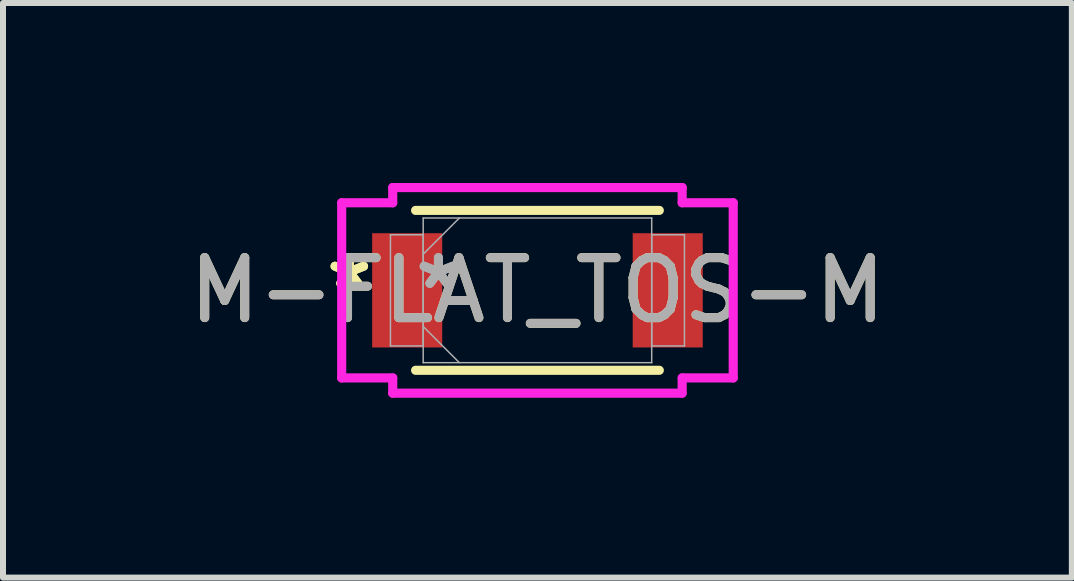
<source format=kicad_pcb>
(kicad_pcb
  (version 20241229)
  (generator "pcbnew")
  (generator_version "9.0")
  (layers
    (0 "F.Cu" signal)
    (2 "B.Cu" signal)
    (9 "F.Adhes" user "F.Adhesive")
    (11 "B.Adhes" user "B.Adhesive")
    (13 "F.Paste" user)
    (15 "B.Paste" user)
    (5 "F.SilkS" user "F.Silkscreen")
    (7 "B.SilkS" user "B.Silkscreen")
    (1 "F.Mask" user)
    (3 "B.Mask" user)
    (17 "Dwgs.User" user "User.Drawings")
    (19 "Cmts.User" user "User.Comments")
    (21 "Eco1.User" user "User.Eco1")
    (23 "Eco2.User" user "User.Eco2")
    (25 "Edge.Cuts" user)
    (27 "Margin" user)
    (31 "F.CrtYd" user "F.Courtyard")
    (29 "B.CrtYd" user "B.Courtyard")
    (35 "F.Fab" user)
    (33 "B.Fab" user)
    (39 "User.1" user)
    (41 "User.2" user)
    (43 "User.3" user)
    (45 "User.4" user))
  (footprint "M-FLAT_TOS-M"
    (layer "F.Cu")
    (at 5.911 1.791)
    (property "Reference" "M-FLAT_TOS-M" (at 0 0 0) (unlocked yes) (layer "F.SilkS") (effects (font (size 1 1) (thickness 0.15))))
    (attr smd)
    (fp_line (start -2.032 1.333) (end 2.032 1.333) (stroke (width 0.152) (type solid)) (layer "F.SilkS"))
    (fp_line (start 2.032 -1.333) (end -2.032 -1.333) (stroke (width 0.152) (type solid)) (layer "F.SilkS"))
    (fp_line (start -3.264 -1.46) (end -2.413 -1.46) (stroke (width 0.152) (type solid)) (layer "F.CrtYd"))
    (fp_line (start -3.264 1.46) (end -3.264 -1.46) (stroke (width 0.152) (type solid)) (layer "F.CrtYd"))
    (fp_line (start -2.413 -1.714) (end 2.413 -1.714) (stroke (width 0.152) (type solid)) (layer "F.CrtYd"))
    (fp_line (start -2.413 -1.46) (end -2.413 -1.714) (stroke (width 0.152) (type solid)) (layer "F.CrtYd"))
    (fp_line (start -2.413 1.46) (end -3.264 1.46) (stroke (width 0.152) (type solid)) (layer "F.CrtYd"))
    (fp_line (start -2.413 1.714) (end -2.413 1.46) (stroke (width 0.152) (type solid)) (layer "F.CrtYd"))
    (fp_line (start 2.413 -1.714) (end 2.413 -1.46) (stroke (width 0.152) (type solid)) (layer "F.CrtYd"))
    (fp_line (start 2.413 -1.46) (end 3.264 -1.46) (stroke (width 0.152) (type solid)) (layer "F.CrtYd"))
    (fp_line (start 2.413 1.46) (end 2.413 1.714) (stroke (width 0.152) (type solid)) (layer "F.CrtYd"))
    (fp_line (start 2.413 1.714) (end -2.413 1.714) (stroke (width 0.152) (type solid)) (layer "F.CrtYd"))
    (fp_line (start 3.264 -1.46) (end 3.264 1.46) (stroke (width 0.152) (type solid)) (layer "F.CrtYd"))
    (fp_line (start 3.264 1.46) (end 2.413 1.46) (stroke (width 0.152) (type solid)) (layer "F.CrtYd"))
    (fp_line (start -2.451 -0.927) (end -2.451 0.927) (stroke (width 0.025) (type solid)) (layer "F.Fab"))
    (fp_line (start -2.451 0.927) (end -1.905 0.927) (stroke (width 0.025) (type solid)) (layer "F.Fab"))
    (fp_line (start -1.905 -1.206) (end -1.905 1.206) (stroke (width 0.025) (type solid)) (layer "F.Fab"))
    (fp_line (start -1.905 -0.927) (end -2.451 -0.927) (stroke (width 0.025) (type solid)) (layer "F.Fab"))
    (fp_line (start -1.905 -0.603) (end -1.302 -1.206) (stroke (width 0.025) (type solid)) (layer "F.Fab"))
    (fp_line (start -1.905 0.603) (end -1.302 1.206) (stroke (width 0.025) (type solid)) (layer "F.Fab"))
    (fp_line (start -1.905 0.927) (end -1.905 -0.927) (stroke (width 0.025) (type solid)) (layer "F.Fab"))
    (fp_line (start -1.905 1.206) (end 1.905 1.206) (stroke (width 0.025) (type solid)) (layer "F.Fab"))
    (fp_line (start 1.905 -1.206) (end -1.905 -1.206) (stroke (width 0.025) (type solid)) (layer "F.Fab"))
    (fp_line (start 1.905 -0.927) (end 1.905 0.927) (stroke (width 0.025) (type solid)) (layer "F.Fab"))
    (fp_line (start 1.905 0.927) (end 2.451 0.927) (stroke (width 0.025) (type solid)) (layer "F.Fab"))
    (fp_line (start 1.905 1.206) (end 1.905 -1.206) (stroke (width 0.025) (type solid)) (layer "F.Fab"))
    (fp_line (start 2.451 -0.927) (end 1.905 -0.927) (stroke (width 0.025) (type solid)) (layer "F.Fab"))
    (fp_line (start 2.451 0.927) (end 2.451 -0.927) (stroke (width 0.025) (type solid)) (layer "F.Fab"))
    (fp_text user "*" (at -3.137 0 0) (unlocked yes) (layer "F.SilkS") (effects (font (size 1 1) (thickness 0.15))))
    (fp_text user "*" (at -3.137 0 0) (layer "F.SilkS") (effects (font (size 1 1) (thickness 0.15))))
    (fp_text user "*" (at -1.651 0 0) (layer "F.Fab") (effects (font (size 1 1) (thickness 0.15))))
    (fp_text user "*" (at -1.651 0 0) (unlocked yes) (layer "F.Fab") (effects (font (size 1 1) (thickness 0.15))))
    (fp_text user "${REFERENCE}" (at 0 0 0) (unlocked yes) (layer "F.Fab") (effects (font (size 1 1) (thickness 0.15))))
    (pad "1" smd rect (at -2.172 0) (size 1.168 1.905) (layers "F.Cu" "F.Mask" "F.Paste"))
    (pad "2" smd rect (at 2.172 0) (size 1.168 1.905) (layers "F.Cu" "F.Mask" "F.Paste"))
    (zone (net_name "") (layer "F.Cu") (hatch full 0.508) (connect_pads) (min_thickness 0.254) (filled_areas_thickness no) (keepout (tracks not_allowed) (vias not_allowed) (pads allowed) (copperpour not_allowed) (footprints allowed)) (placement (enabled no)) (fill) (polygon (pts (xy 4.374 0.635) (xy 7.447 0.635) (xy 7.447 2.946) (xy 4.374 2.946)))))
  (gr_rect
    (start -3 -3)
    (end 14.821 6.581)
    (stroke (width 0.1) (type default))
    (fill no)
    (layer "Edge.Cuts")))
</source>
